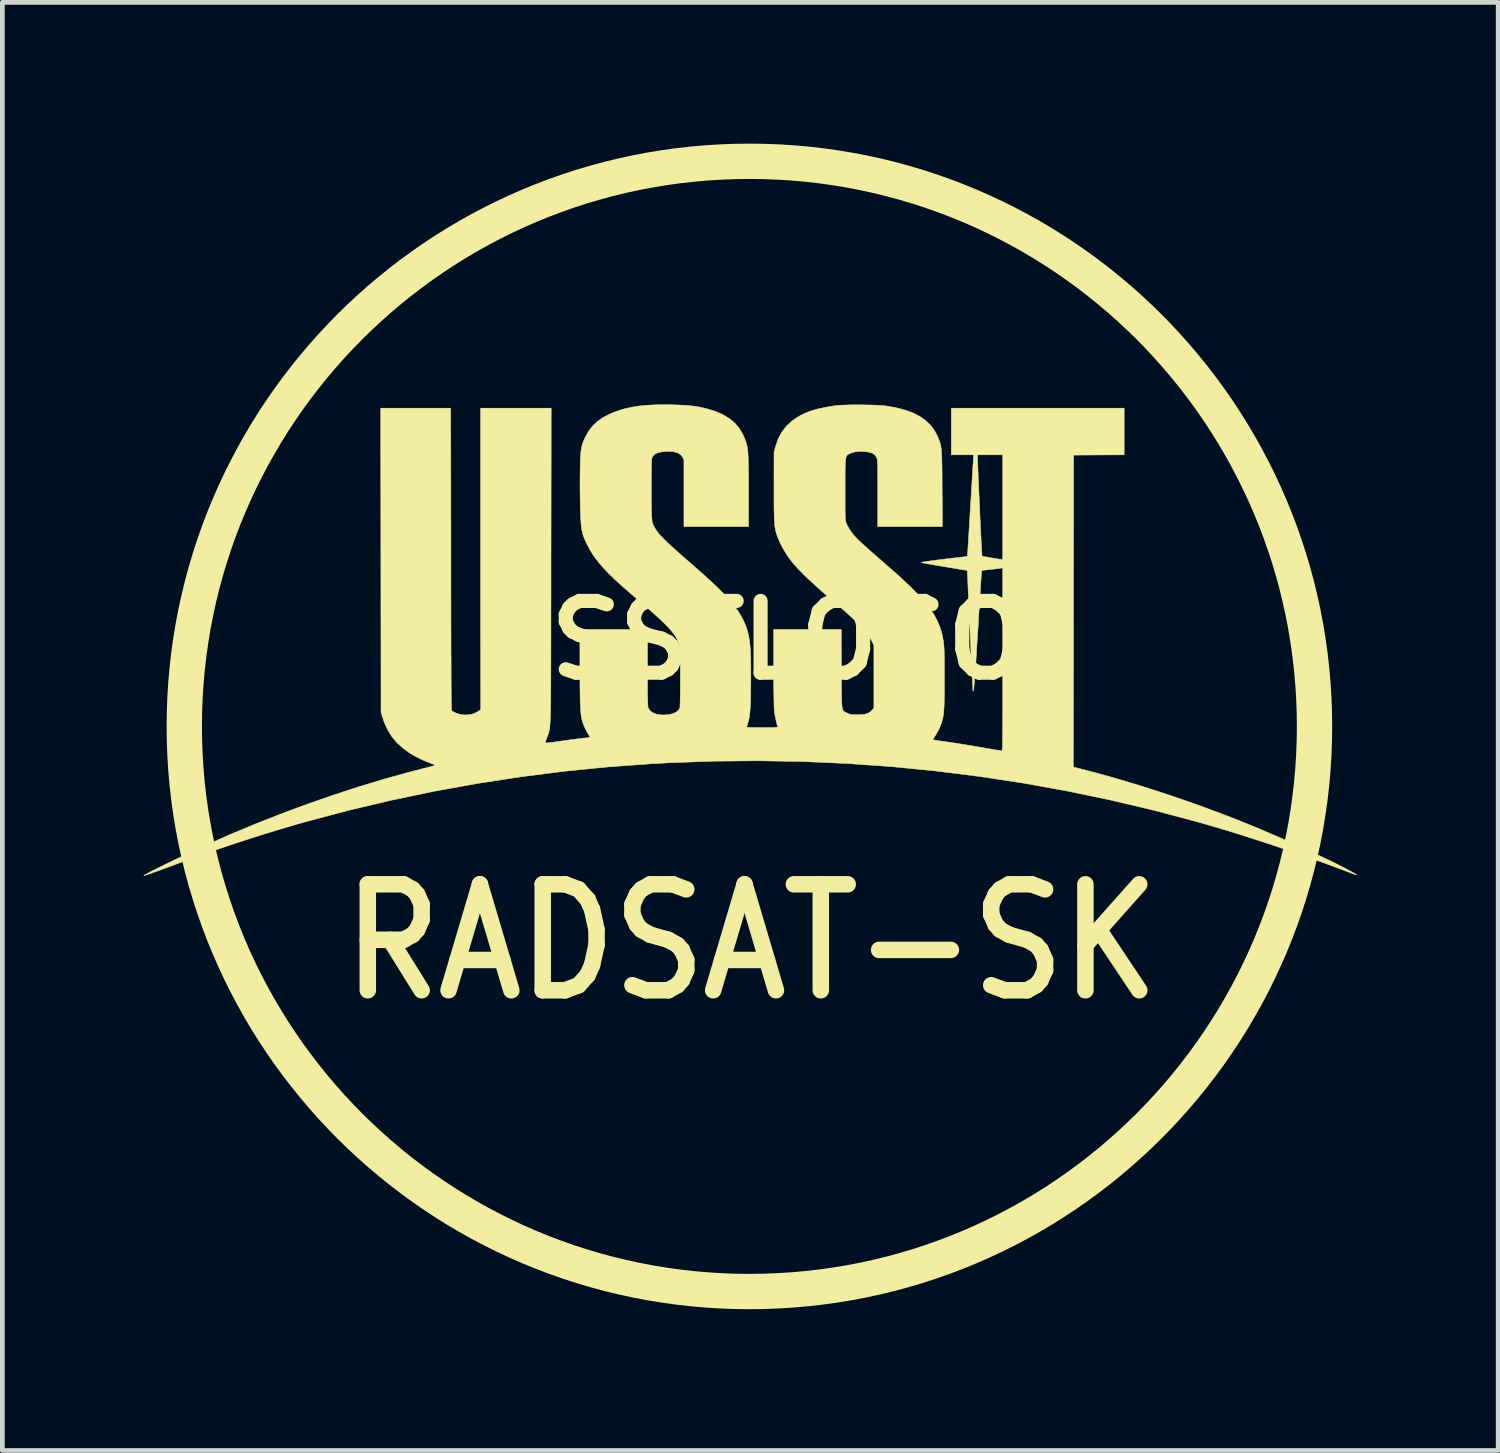
<source format=kicad_pcb>
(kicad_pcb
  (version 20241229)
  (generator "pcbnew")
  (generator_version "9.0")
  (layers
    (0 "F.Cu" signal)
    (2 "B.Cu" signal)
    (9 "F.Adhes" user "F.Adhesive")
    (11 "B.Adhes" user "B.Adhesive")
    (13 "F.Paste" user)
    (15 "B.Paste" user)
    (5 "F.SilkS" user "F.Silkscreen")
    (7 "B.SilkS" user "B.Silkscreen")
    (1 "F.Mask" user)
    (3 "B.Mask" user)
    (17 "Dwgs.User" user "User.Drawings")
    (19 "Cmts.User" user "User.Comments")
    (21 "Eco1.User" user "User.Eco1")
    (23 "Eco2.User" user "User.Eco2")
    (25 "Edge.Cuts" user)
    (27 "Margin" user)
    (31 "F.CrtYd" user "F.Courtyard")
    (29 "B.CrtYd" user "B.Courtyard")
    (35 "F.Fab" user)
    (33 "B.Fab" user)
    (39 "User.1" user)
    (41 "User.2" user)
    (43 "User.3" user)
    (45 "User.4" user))
  (footprint "USSTLOGO"
    (layer "F.Cu")
    (at 12.883 10.545)
    (property "Reference" "USSTLOGO" (at 0 0 0) (layer "F.SilkS") (effects (font (size 1.524 1.524) (thickness 0.3))))
    (attr through_hole)
    (fp_circle (center -0.02 1.83) (end 11.98 1.83) (stroke (width 0.75) (type solid)) (fill no) (layer "F.SilkS"))
    (fp_poly (pts (xy -1.68 -5) (xy -1.531 -4.996) (xy -1.402 -4.989) (xy -1.288 -4.981) (xy -1.185 -4.968) (xy -1.088 -4.953) (xy -0.991 -4.932) (xy -0.924 -4.916) (xy -0.746 -4.862) (xy -0.589 -4.794) (xy -0.452 -4.712) (xy -0.336 -4.617) (xy -0.24 -4.506) (xy -0.163 -4.38) (xy -0.118 -4.279) (xy -0.103 -4.236) (xy -0.089 -4.196) (xy -0.078 -4.156) (xy -0.068 -4.114) (xy -0.06 -4.067) (xy -0.054 -4.014) (xy -0.049 -3.952) (xy -0.045 -3.879) (xy -0.042 -3.793) (xy -0.04 -3.692) (xy -0.039 -3.573) (xy -0.038 -3.435) (xy -0.038 -3.274) (xy -0.038 -3.172) (xy -0.038 -2.413) (xy -1.41 -2.413) (xy -1.41 -3.122) (xy -1.41 -3.83) (xy -1.438 -3.887) (xy -1.478 -3.938) (xy -1.538 -3.976) (xy -1.617 -4) (xy -1.714 -4.011) (xy -1.826 -4.006) (xy -1.854 -4.003) (xy -1.934 -3.99) (xy -1.993 -3.971) (xy -2.036 -3.945) (xy -2.069 -3.908) (xy -2.076 -3.897) (xy -2.082 -3.886) (xy -2.087 -3.875) (xy -2.091 -3.859) (xy -2.094 -3.838) (xy -2.097 -3.808) (xy -2.098 -3.768) (xy -2.1 -3.716) (xy -2.101 -3.649) (xy -2.101 -3.565) (xy -2.102 -3.462) (xy -2.102 -3.338) (xy -2.102 -3.213) (xy -2.102 -3.061) (xy -2.102 -2.931) (xy -2.101 -2.823) (xy -2.099 -2.733) (xy -2.097 -2.658) (xy -2.093 -2.598) (xy -2.088 -2.549) (xy -2.082 -2.509) (xy -2.073 -2.476) (xy -2.062 -2.447) (xy -2.049 -2.42) (xy -2.033 -2.393) (xy -2.015 -2.363) (xy -1.992 -2.329) (xy -1.968 -2.295) (xy -1.941 -2.26) (xy -1.909 -2.223) (xy -1.871 -2.182) (xy -1.825 -2.136) (xy -1.77 -2.083) (xy -1.705 -2.023) (xy -1.628 -1.953) (xy -1.537 -1.871) (xy -1.432 -1.778) (xy -1.309 -1.671) (xy -1.175 -1.554) (xy -1.003 -1.402) (xy -0.851 -1.264) (xy -0.716 -1.137) (xy -0.599 -1.021) (xy -0.496 -0.913) (xy -0.407 -0.812) (xy -0.33 -0.716) (xy -0.265 -0.625) (xy -0.209 -0.536) (xy -0.161 -0.448) (xy -0.159 -0.445) (xy -0.125 -0.372) (xy -0.095 -0.299) (xy -0.069 -0.225) (xy -0.048 -0.147) (xy -0.03 -0.063) (xy -0.016 0.03) (xy -0.005 0.133) (xy 0.003 0.251) (xy 0.008 0.383) (xy 0.01 0.534) (xy 0.011 0.704) (xy 0.01 0.897) (xy 0.009 0.945) (xy 0.007 1.096) (xy 0.005 1.223) (xy 0.002 1.331) (xy -0.002 1.421) (xy -0.007 1.498) (xy -0.013 1.563) (xy -0.021 1.62) (xy -0.03 1.671) (xy -0.042 1.719) (xy -0.055 1.767) (xy -0.057 1.772) (xy -0.068 1.809) (xy -0.075 1.837) (xy -0.076 1.845) (xy -0.064 1.847) (xy -0.03 1.85) (xy 0.023 1.851) (xy 0.091 1.853) (xy 0.172 1.854) (xy 0.255 1.854) (xy 0.355 1.854) (xy 0.433 1.854) (xy 0.491 1.853) (xy 0.531 1.851) (xy 0.558 1.849) (xy 0.573 1.845) (xy 0.579 1.84) (xy 0.579 1.834) (xy 0.579 1.832) (xy 0.555 1.746) (xy 0.533 1.648) (xy 0.516 1.552) (xy 0.508 1.492) (xy 0.506 1.459) (xy 0.504 1.403) (xy 0.502 1.327) (xy 0.5 1.233) (xy 0.499 1.124) (xy 0.497 1.003) (xy 0.496 0.871) (xy 0.496 0.732) (xy 0.496 0.588) (xy 0.496 0.575) (xy 0.495 -0.229) (xy 1.93 -0.229) (xy 1.933 0.606) (xy 1.934 0.777) (xy 1.934 0.924) (xy 1.935 1.05) (xy 1.936 1.156) (xy 1.938 1.243) (xy 1.94 1.315) (xy 1.944 1.372) (xy 1.949 1.417) (xy 1.955 1.451) (xy 1.964 1.477) (xy 1.974 1.496) (xy 1.987 1.509) (xy 2.003 1.52) (xy 2.021 1.529) (xy 2.042 1.539) (xy 2.057 1.546) (xy 2.09 1.562) (xy 2.12 1.572) (xy 2.152 1.578) (xy 2.196 1.58) (xy 2.256 1.581) (xy 2.273 1.581) (xy 2.364 1.579) (xy 2.435 1.57) (xy 2.492 1.553) (xy 2.538 1.527) (xy 2.579 1.491) (xy 2.623 1.446) (xy 2.623 0.108) (xy 2.577 0.013) (xy 2.551 -0.037) (xy 2.522 -0.087) (xy 2.486 -0.138) (xy 2.444 -0.192) (xy 2.393 -0.25) (xy 2.333 -0.313) (xy 2.261 -0.384) (xy 2.176 -0.464) (xy 2.077 -0.554) (xy 1.962 -0.656) (xy 1.83 -0.77) (xy 1.714 -0.87) (xy 1.539 -1.021) (xy 1.384 -1.16) (xy 1.248 -1.285) (xy 1.129 -1.4) (xy 1.027 -1.504) (xy 0.94 -1.599) (xy 0.868 -1.686) (xy 0.842 -1.719) (xy 0.767 -1.828) (xy 0.696 -1.946) (xy 0.634 -2.064) (xy 0.585 -2.177) (xy 0.567 -2.225) (xy 0.554 -2.266) (xy 0.543 -2.305) (xy 0.533 -2.345) (xy 0.525 -2.387) (xy 0.519 -2.434) (xy 0.514 -2.489) (xy 0.51 -2.553) (xy 0.507 -2.628) (xy 0.505 -2.718) (xy 0.503 -2.824) (xy 0.502 -2.949) (xy 0.502 -3.095) (xy 0.502 -3.263) (xy 0.502 -3.264) (xy 0.503 -3.994) (xy 0.536 -4.118) (xy 0.59 -4.273) (xy 0.664 -4.413) (xy 0.757 -4.537) (xy 0.871 -4.645) (xy 1.005 -4.739) (xy 1.079 -4.781) (xy 1.173 -4.825) (xy 1.27 -4.863) (xy 1.376 -4.896) (xy 1.495 -4.926) (xy 1.631 -4.953) (xy 1.787 -4.979) (xy 1.797 -4.98) (xy 1.859 -4.987) (xy 1.942 -4.992) (xy 2.041 -4.996) (xy 2.152 -4.998) (xy 2.27 -4.999) (xy 2.392 -4.998) (xy 2.511 -4.996) (xy 2.625 -4.993) (xy 2.729 -4.988) (xy 2.818 -4.982) (xy 2.887 -4.974) (xy 2.889 -4.974) (xy 3.098 -4.937) (xy 3.284 -4.889) (xy 3.449 -4.829) (xy 3.592 -4.756) (xy 3.716 -4.671) (xy 3.82 -4.573) (xy 3.906 -4.461) (xy 3.973 -4.335) (xy 3.987 -4.302) (xy 4.003 -4.263) (xy 4.016 -4.227) (xy 4.028 -4.192) (xy 4.038 -4.157) (xy 4.046 -4.119) (xy 4.052 -4.076) (xy 4.058 -4.025) (xy 4.062 -3.966) (xy 4.065 -3.894) (xy 4.067 -3.809) (xy 4.069 -3.709) (xy 4.071 -3.59) (xy 4.072 -3.451) (xy 4.073 -3.29) (xy 4.073 -3.216) (xy 4.078 -2.413) (xy 3.392 -2.413) (xy 2.705 -2.413) (xy 2.705 -3.12) (xy 2.705 -3.272) (xy 2.705 -3.401) (xy 2.705 -3.509) (xy 2.704 -3.597) (xy 2.703 -3.669) (xy 2.702 -3.726) (xy 2.7 -3.77) (xy 2.698 -3.803) (xy 2.695 -3.828) (xy 2.692 -3.847) (xy 2.687 -3.862) (xy 2.682 -3.875) (xy 2.679 -3.882) (xy 2.649 -3.928) (xy 2.607 -3.962) (xy 2.55 -3.985) (xy 2.473 -4.001) (xy 2.469 -4.002) (xy 2.351 -4.011) (xy 2.245 -4.004) (xy 2.153 -3.981) (xy 2.128 -3.971) (xy 2.103 -3.96) (xy 2.082 -3.95) (xy 2.065 -3.939) (xy 2.051 -3.924) (xy 2.04 -3.905) (xy 2.031 -3.878) (xy 2.024 -3.841) (xy 2.019 -3.793) (xy 2.016 -3.732) (xy 2.014 -3.654) (xy 2.013 -3.56) (xy 2.013 -3.445) (xy 2.013 -3.308) (xy 2.013 -3.2) (xy 2.013 -3.055) (xy 2.013 -2.932) (xy 2.013 -2.831) (xy 2.014 -2.748) (xy 2.015 -2.681) (xy 2.016 -2.629) (xy 2.018 -2.588) (xy 2.021 -2.556) (xy 2.024 -2.532) (xy 2.028 -2.513) (xy 2.033 -2.497) (xy 2.039 -2.481) (xy 2.042 -2.475) (xy 2.064 -2.429) (xy 2.095 -2.373) (xy 2.129 -2.321) (xy 2.132 -2.316) (xy 2.153 -2.288) (xy 2.173 -2.261) (xy 2.194 -2.234) (xy 2.218 -2.207) (xy 2.246 -2.177) (xy 2.279 -2.143) (xy 2.319 -2.104) (xy 2.367 -2.059) (xy 2.424 -2.007) (xy 2.493 -1.946) (xy 2.573 -1.874) (xy 2.667 -1.791) (xy 2.777 -1.696) (xy 2.902 -1.586) (xy 3.045 -1.462) (xy 3.054 -1.455) (xy 3.128 -1.388) (xy 3.214 -1.31) (xy 3.303 -1.226) (xy 3.39 -1.144) (xy 3.466 -1.069) (xy 3.468 -1.067) (xy 3.608 -0.921) (xy 3.728 -0.783) (xy 3.829 -0.652) (xy 3.911 -0.524) (xy 3.978 -0.396) (xy 4.03 -0.266) (xy 4.07 -0.131) (xy 4.098 0.012) (xy 4.098 0.013) (xy 4.103 0.05) (xy 4.108 0.088) (xy 4.111 0.131) (xy 4.114 0.18) (xy 4.117 0.239) (xy 4.118 0.309) (xy 4.12 0.394) (xy 4.12 0.496) (xy 4.121 0.618) (xy 4.121 0.762) (xy 4.121 0.794) (xy 4.121 0.958) (xy 4.12 1.099) (xy 4.119 1.22) (xy 4.117 1.322) (xy 4.114 1.409) (xy 4.109 1.483) (xy 4.104 1.545) (xy 4.097 1.6) (xy 4.088 1.648) (xy 4.077 1.693) (xy 4.065 1.736) (xy 4.056 1.765) (xy 4.006 1.888) (xy 3.936 2.013) (xy 3.908 2.055) (xy 3.888 2.087) (xy 3.877 2.108) (xy 3.875 2.114) (xy 3.889 2.116) (xy 3.924 2.122) (xy 3.977 2.13) (xy 4.044 2.14) (xy 4.122 2.151) (xy 4.172 2.158) (xy 4.26 2.171) (xy 4.367 2.188) (xy 4.487 2.206) (xy 4.614 2.227) (xy 4.741 2.248) (xy 4.862 2.269) (xy 4.894 2.274) (xy 4.996 2.292) (xy 5.09 2.308) (xy 5.174 2.323) (xy 5.244 2.334) (xy 5.297 2.343) (xy 5.331 2.348) (xy 5.342 2.349) (xy 5.344 2.346) (xy 5.346 2.337) (xy 5.348 2.319) (xy 5.35 2.292) (xy 5.352 2.256) (xy 5.353 2.208) (xy 5.354 2.147) (xy 5.355 2.074) (xy 5.356 1.985) (xy 5.357 1.882) (xy 5.358 1.761) (xy 5.358 1.622) (xy 5.359 1.465) (xy 5.359 1.288) (xy 5.359 1.089) (xy 5.359 0.868) (xy 5.359 0.624) (xy 5.359 0.407) (xy 5.359 -1.536) (xy 5.324 -1.53) (xy 5.3 -1.527) (xy 5.255 -1.521) (xy 5.196 -1.514) (xy 5.129 -1.506) (xy 5.102 -1.503) (xy 4.915 -1.482) (xy 4.909 -1.443) (xy 4.907 -1.424) (xy 4.904 -1.381) (xy 4.9 -1.318) (xy 4.894 -1.236) (xy 4.888 -1.137) (xy 4.881 -1.024) (xy 4.873 -0.899) (xy 4.864 -0.764) (xy 4.856 -0.621) (xy 4.851 -0.546) (xy 4.836 -0.288) (xy 4.821 -0.055) (xy 4.808 0.154) (xy 4.797 0.34) (xy 4.786 0.504) (xy 4.776 0.645) (xy 4.768 0.765) (xy 4.76 0.864) (xy 4.753 0.943) (xy 4.748 1.004) (xy 4.743 1.045) (xy 4.739 1.068) (xy 4.737 1.073) (xy 4.73 1.084) (xy 4.727 1.073) (xy 4.725 1.041) (xy 4.724 1.009) (xy 4.722 0.957) (xy 4.718 0.892) (xy 4.714 0.818) (xy 4.712 0.775) (xy 4.708 0.717) (xy 4.704 0.635) (xy 4.699 0.528) (xy 4.693 0.398) (xy 4.685 0.245) (xy 4.677 0.068) (xy 4.668 -0.13) (xy 4.658 -0.35) (xy 4.647 -0.591) (xy 4.635 -0.852) (xy 4.622 -1.134) (xy 4.615 -1.296) (xy 4.606 -1.481) (xy 4.122 -1.562) (xy 4.015 -1.58) (xy 3.915 -1.597) (xy 3.825 -1.613) (xy 3.749 -1.626) (xy 3.69 -1.637) (xy 3.649 -1.645) (xy 3.63 -1.65) (xy 3.629 -1.651) (xy 3.638 -1.655) (xy 3.67 -1.661) (xy 3.722 -1.669) (xy 3.791 -1.68) (xy 3.875 -1.691) (xy 3.971 -1.704) (xy 4.077 -1.717) (xy 4.19 -1.731) (xy 4.308 -1.745) (xy 4.386 -1.753) (xy 4.457 -1.762) (xy 4.519 -1.769) (xy 4.567 -1.776) (xy 4.598 -1.781) (xy 4.606 -1.783) (xy 4.608 -1.796) (xy 4.611 -1.832) (xy 4.616 -1.889) (xy 4.621 -1.964) (xy 4.627 -2.054) (xy 4.633 -2.158) (xy 4.64 -2.272) (xy 4.648 -2.394) (xy 4.649 -2.412) (xy 4.657 -2.554) (xy 4.666 -2.703) (xy 4.675 -2.856) (xy 4.685 -3.006) (xy 4.693 -3.148) (xy 4.701 -3.278) (xy 4.708 -3.39) (xy 4.711 -3.441) (xy 4.718 -3.542) (xy 4.723 -3.637) (xy 4.728 -3.722) (xy 4.733 -3.793) (xy 4.735 -3.848) (xy 4.737 -3.883) (xy 4.737 -3.892) (xy 4.737 -3.937) (xy 4.822 -3.937) (xy 4.83 -3.712) (xy 4.834 -3.608) (xy 4.839 -3.491) (xy 4.844 -3.361) (xy 4.85 -3.222) (xy 4.857 -3.077) (xy 4.863 -2.929) (xy 4.87 -2.78) (xy 4.876 -2.634) (xy 4.883 -2.492) (xy 4.889 -2.36) (xy 4.895 -2.238) (xy 4.9 -2.13) (xy 4.905 -2.039) (xy 4.909 -1.967) (xy 4.912 -1.918) (xy 4.912 -1.918) (xy 4.921 -1.784) (xy 5.112 -1.751) (xy 5.18 -1.739) (xy 5.242 -1.729) (xy 5.291 -1.721) (xy 5.323 -1.717) (xy 5.331 -1.716) (xy 5.359 -1.714) (xy 5.359 -3.937) (xy 4.822 -3.937) (xy 4.737 -3.937) (xy 4.267 -3.937) (xy 4.267 -4.928) (xy 7.938 -4.928) (xy 7.938 -3.937) (xy 6.864 -3.931) (xy 6.858 2.691) (xy 6.906 2.704) (xy 6.94 2.713) (xy 6.991 2.726) (xy 7.047 2.74) (xy 7.061 2.743) (xy 7.402 2.833) (xy 7.76 2.933) (xy 8.132 3.044) (xy 8.513 3.163) (xy 8.899 3.289) (xy 9.285 3.422) (xy 9.668 3.559) (xy 10.044 3.699) (xy 10.407 3.84) (xy 10.46 3.862) (xy 10.671 3.948) (xy 10.89 4.039) (xy 11.115 4.136) (xy 11.342 4.235) (xy 11.568 4.336) (xy 11.789 4.437) (xy 12.003 4.536) (xy 12.206 4.633) (xy 12.395 4.724) (xy 12.567 4.81) (xy 12.703 4.881) (xy 12.77 4.917) (xy 12.821 4.947) (xy 12.857 4.969) (xy 12.875 4.983) (xy 12.874 4.987) (xy 12.852 4.98) (xy 12.844 4.977) (xy 12.509 4.85) (xy 12.157 4.72) (xy 11.792 4.59) (xy 11.419 4.461) (xy 11.042 4.334) (xy 10.667 4.212) (xy 10.298 4.095) (xy 9.94 3.986) (xy 9.598 3.886) (xy 9.466 3.849) (xy 8.556 3.608) (xy 7.641 3.392) (xy 6.721 3.201) (xy 5.797 3.034) (xy 4.868 2.893) (xy 3.935 2.776) (xy 2.999 2.684) (xy 2.06 2.618) (xy 1.118 2.576) (xy 0.174 2.56) (xy -0.771 2.568) (xy -1.718 2.602) (xy -2.102 2.623) (xy -3.033 2.691) (xy -3.962 2.784) (xy -4.888 2.902) (xy -5.81 3.044) (xy -6.727 3.21) (xy -7.638 3.401) (xy -8.541 3.615) (xy -9.437 3.853) (xy -9.668 3.919) (xy -9.97 4.008) (xy -10.285 4.104) (xy -10.608 4.206) (xy -10.933 4.312) (xy -11.255 4.42) (xy -11.568 4.528) (xy -11.868 4.635) (xy -12.149 4.738) (xy -12.179 4.75) (xy -12.315 4.801) (xy -12.441 4.847) (xy -12.554 4.889) (xy -12.653 4.924) (xy -12.736 4.954) (xy -12.802 4.976) (xy -12.848 4.991) (xy -12.873 4.998) (xy -12.878 4.997) (xy -12.867 4.988) (xy -12.835 4.97) (xy -12.784 4.942) (xy -12.717 4.907) (xy -12.635 4.866) (xy -12.542 4.819) (xy -12.438 4.768) (xy -12.327 4.714) (xy -12.21 4.657) (xy -12.09 4.599) (xy -11.968 4.541) (xy -11.848 4.485) (xy -11.73 4.43) (xy -11.618 4.378) (xy -11.567 4.355) (xy -11.037 4.121) (xy -10.497 3.896) (xy -9.95 3.681) (xy -9.401 3.478) (xy -8.853 3.287) (xy -8.309 3.11) (xy -7.774 2.948) (xy -7.251 2.803) (xy -6.982 2.734) (xy -6.9 2.713) (xy -6.828 2.694) (xy -6.767 2.678) (xy -6.723 2.664) (xy -6.698 2.656) (xy -6.693 2.653) (xy -6.704 2.646) (xy -6.734 2.632) (xy -6.776 2.616) (xy -6.791 2.61) (xy -6.889 2.572) (xy -6.995 2.525) (xy -7.1 2.472) (xy -7.195 2.419) (xy -7.239 2.391) (xy -7.387 2.283) (xy -7.512 2.167) (xy -7.617 2.04) (xy -7.703 1.899) (xy -7.774 1.741) (xy -7.815 1.619) (xy -7.842 1.53) (xy -7.845 -1.699) (xy -7.849 -4.928) (xy -7.106 -4.928) (xy -6.363 -4.928) (xy -6.361 -4.181) (xy -6.361 -4.09) (xy -6.36 -3.975) (xy -6.36 -3.838) (xy -6.36 -3.681) (xy -6.36 -3.506) (xy -6.359 -3.314) (xy -6.359 -3.108) (xy -6.359 -2.888) (xy -6.359 -2.657) (xy -6.358 -2.417) (xy -6.358 -2.169) (xy -6.358 -1.916) (xy -6.358 -1.658) (xy -6.358 -1.397) (xy -6.358 -1.137) (xy -6.358 -0.984) (xy -6.357 -0.736) (xy -6.357 -0.495) (xy -6.357 -0.262) (xy -6.356 -0.038) (xy -6.356 0.176) (xy -6.355 0.378) (xy -6.354 0.567) (xy -6.354 0.742) (xy -6.353 0.902) (xy -6.352 1.045) (xy -6.351 1.171) (xy -6.35 1.277) (xy -6.349 1.363) (xy -6.348 1.428) (xy -6.347 1.469) (xy -6.346 1.487) (xy -6.346 1.488) (xy -6.33 1.503) (xy -6.297 1.524) (xy -6.257 1.544) (xy -6.163 1.575) (xy -6.062 1.587) (xy -5.962 1.581) (xy -5.869 1.557) (xy -5.787 1.516) (xy -5.78 1.511) (xy -5.725 1.471) (xy -5.728 -0.366) (xy -5.728 -0.611) (xy -5.728 -0.868) (xy -5.729 -1.135) (xy -5.729 -1.407) (xy -5.729 -1.683) (xy -5.729 -1.958) (xy -5.729 -2.23) (xy -5.729 -2.495) (xy -5.729 -2.75) (xy -5.729 -2.991) (xy -5.729 -3.217) (xy -5.729 -3.422) (xy -5.729 -3.566) (xy -5.728 -4.928) (xy -4.229 -4.928) (xy -4.233 -1.578) (xy -4.233 -1.23) (xy -4.233 -0.906) (xy -4.234 -0.606) (xy -4.234 -0.328) (xy -4.234 -0.072) (xy -4.235 0.163) (xy -4.235 0.379) (xy -4.236 0.576) (xy -4.236 0.755) (xy -4.237 0.916) (xy -4.238 1.062) (xy -4.239 1.193) (xy -4.24 1.31) (xy -4.242 1.414) (xy -4.243 1.505) (xy -4.245 1.585) (xy -4.247 1.654) (xy -4.25 1.715) (xy -4.253 1.766) (xy -4.256 1.81) (xy -4.259 1.848) (xy -4.263 1.88) (xy -4.268 1.907) (xy -4.272 1.93) (xy -4.278 1.951) (xy -4.283 1.97) (xy -4.289 1.987) (xy -4.296 2.005) (xy -4.303 2.023) (xy -4.311 2.044) (xy -4.318 2.062) (xy -4.334 2.111) (xy -4.346 2.151) (xy -4.351 2.176) (xy -4.351 2.181) (xy -4.337 2.181) (xy -4.301 2.178) (xy -4.247 2.172) (xy -4.176 2.163) (xy -4.093 2.152) (xy -4.001 2.139) (xy -3.966 2.134) (xy -3.866 2.12) (xy -3.769 2.107) (xy -3.68 2.095) (xy -3.603 2.086) (xy -3.542 2.078) (xy -3.501 2.074) (xy -3.496 2.074) (xy -3.451 2.069) (xy -3.418 2.064) (xy -3.404 2.059) (xy -3.404 2.059) (xy -3.41 2.044) (xy -3.426 2.018) (xy -3.43 2.013) (xy -3.472 1.942) (xy -3.514 1.857) (xy -3.55 1.771) (xy -3.569 1.712) (xy -3.578 1.674) (xy -3.587 1.632) (xy -3.594 1.584) (xy -3.6 1.528) (xy -3.605 1.462) (xy -3.609 1.384) (xy -3.613 1.293) (xy -3.615 1.186) (xy -3.617 1.062) (xy -3.618 0.918) (xy -3.619 0.753) (xy -3.619 0.564) (xy -3.619 0.543) (xy -3.619 -0.229) (xy -2.184 -0.229) (xy -2.184 0.585) (xy -2.184 0.755) (xy -2.184 0.901) (xy -2.183 1.026) (xy -2.183 1.13) (xy -2.182 1.216) (xy -2.18 1.285) (xy -2.178 1.339) (xy -2.176 1.38) (xy -2.173 1.41) (xy -2.17 1.429) (xy -2.167 1.439) (xy -2.13 1.496) (xy -2.072 1.539) (xy -1.995 1.569) (xy -1.899 1.585) (xy -1.837 1.587) (xy -1.734 1.58) (xy -1.646 1.56) (xy -1.575 1.527) (xy -1.523 1.483) (xy -1.497 1.438) (xy -1.495 1.419) (xy -1.493 1.378) (xy -1.491 1.317) (xy -1.489 1.238) (xy -1.488 1.144) (xy -1.487 1.037) (xy -1.486 0.921) (xy -1.486 0.797) (xy -1.486 0.783) (xy -1.486 0.641) (xy -1.487 0.522) (xy -1.487 0.423) (xy -1.488 0.343) (xy -1.489 0.279) (xy -1.49 0.228) (xy -1.493 0.188) (xy -1.495 0.157) (xy -1.499 0.133) (xy -1.504 0.112) (xy -1.509 0.093) (xy -1.515 0.075) (xy -1.535 0.022) (xy -1.561 -0.031) (xy -1.592 -0.085) (xy -1.631 -0.141) (xy -1.678 -0.201) (xy -1.736 -0.266) (xy -1.805 -0.338) (xy -1.887 -0.418) (xy -1.983 -0.507) (xy -2.095 -0.607) (xy -2.223 -0.719) (xy -2.369 -0.844) (xy -2.444 -0.908) (xy -2.613 -1.054) (xy -2.763 -1.186) (xy -2.895 -1.308) (xy -3.01 -1.421) (xy -3.111 -1.526) (xy -3.199 -1.626) (xy -3.275 -1.722) (xy -3.341 -1.815) (xy -3.399 -1.908) (xy -3.45 -2.003) (xy -3.462 -2.026) (xy -3.497 -2.1) (xy -3.526 -2.166) (xy -3.549 -2.227) (xy -3.566 -2.287) (xy -3.58 -2.351) (xy -3.59 -2.422) (xy -3.597 -2.506) (xy -3.603 -2.605) (xy -3.608 -2.724) (xy -3.609 -2.762) (xy -3.612 -2.873) (xy -3.614 -3.002) (xy -3.616 -3.142) (xy -3.617 -3.285) (xy -3.616 -3.424) (xy -3.615 -3.551) (xy -3.615 -3.562) (xy -3.613 -3.697) (xy -3.61 -3.81) (xy -3.606 -3.904) (xy -3.6 -3.983) (xy -3.592 -4.05) (xy -3.582 -4.108) (xy -3.568 -4.16) (xy -3.55 -4.21) (xy -3.529 -4.262) (xy -3.502 -4.318) (xy -3.499 -4.324) (xy -3.43 -4.446) (xy -3.345 -4.554) (xy -3.245 -4.648) (xy -3.126 -4.73) (xy -2.987 -4.803) (xy -2.826 -4.867) (xy -2.796 -4.877) (xy -2.661 -4.917) (xy -2.519 -4.949) (xy -2.368 -4.973) (xy -2.204 -4.99) (xy -2.024 -4.999) (xy -1.825 -5.002) (xy -1.68 -5)) (stroke (width 0.01) (type solid)) (fill yes) (layer "F.SilkS"))
    (fp_text user "RADSAT-SK" (at 0.02 6.41 0) (layer "F.SilkS") (effects (font (size 2.25 2) (thickness 0.35)))))
  (gr_rect
    (start -3 -3)
    (end 28.763 27.75)
    (stroke (width 0.1) (type default))
    (fill no)
    (layer "Edge.Cuts")))
</source>
